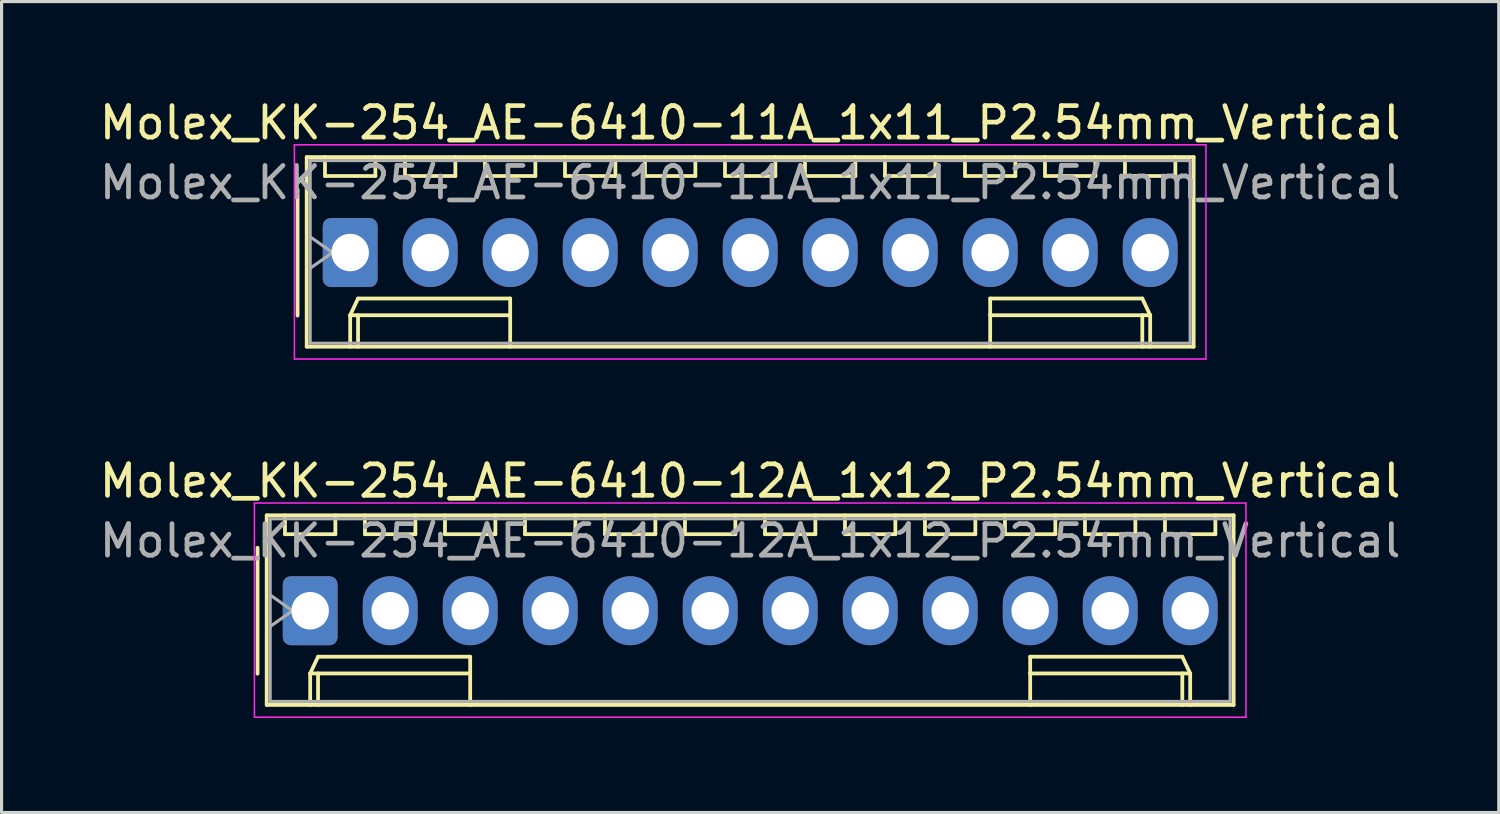
<source format=kicad_pcb>
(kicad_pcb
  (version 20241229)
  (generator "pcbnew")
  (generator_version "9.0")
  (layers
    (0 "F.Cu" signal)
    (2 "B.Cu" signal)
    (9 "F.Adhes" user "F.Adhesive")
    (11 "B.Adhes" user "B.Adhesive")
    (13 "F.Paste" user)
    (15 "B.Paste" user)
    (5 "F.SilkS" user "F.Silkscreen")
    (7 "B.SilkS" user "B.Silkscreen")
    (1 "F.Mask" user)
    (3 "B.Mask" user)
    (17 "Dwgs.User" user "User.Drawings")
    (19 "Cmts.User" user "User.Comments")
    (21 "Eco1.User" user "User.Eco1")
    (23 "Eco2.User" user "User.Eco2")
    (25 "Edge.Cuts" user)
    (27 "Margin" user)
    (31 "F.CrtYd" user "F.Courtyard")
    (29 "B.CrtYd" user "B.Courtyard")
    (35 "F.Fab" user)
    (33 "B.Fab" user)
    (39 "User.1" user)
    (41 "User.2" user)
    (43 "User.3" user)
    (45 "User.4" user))
  (footprint "Molex_KK-254_AE-6410-11A_1x11_P2.54mm_Vertical"
    (layer "F.Cu")
    (at 8.068 4.968)
    (property "Reference" "Molex_KK-254_AE-6410-11A_1x11_P2.54mm_Vertical" (at 12.7 -4.12 0) (layer "F.SilkS") (effects (font (size 1 1) (thickness 0.15))))
    (attr through_hole)
    (fp_line (start -1.67 -2) (end -1.67 2) (stroke (width 0.12) (type solid)) (layer "F.SilkS"))
    (fp_line (start -1.38 -3.03) (end -1.38 2.99) (stroke (width 0.12) (type solid)) (layer "F.SilkS"))
    (fp_line (start -1.38 2.99) (end 26.78 2.99) (stroke (width 0.12) (type solid)) (layer "F.SilkS"))
    (fp_line (start -0.8 -3.03) (end -0.8 -2.43) (stroke (width 0.12) (type solid)) (layer "F.SilkS"))
    (fp_line (start -0.8 -2.43) (end 0.8 -2.43) (stroke (width 0.12) (type solid)) (layer "F.SilkS"))
    (fp_line (start 0 1.99) (end 0.25 1.46) (stroke (width 0.12) (type solid)) (layer "F.SilkS"))
    (fp_line (start 0 1.99) (end 5.08 1.99) (stroke (width 0.12) (type solid)) (layer "F.SilkS"))
    (fp_line (start 0 2.99) (end 0 1.99) (stroke (width 0.12) (type solid)) (layer "F.SilkS"))
    (fp_line (start 0.25 1.46) (end 5.08 1.46) (stroke (width 0.12) (type solid)) (layer "F.SilkS"))
    (fp_line (start 0.25 2.99) (end 0.25 1.99) (stroke (width 0.12) (type solid)) (layer "F.SilkS"))
    (fp_line (start 0.8 -2.43) (end 0.8 -3.03) (stroke (width 0.12) (type solid)) (layer "F.SilkS"))
    (fp_line (start 1.74 -3.03) (end 1.74 -2.43) (stroke (width 0.12) (type solid)) (layer "F.SilkS"))
    (fp_line (start 1.74 -2.43) (end 3.34 -2.43) (stroke (width 0.12) (type solid)) (layer "F.SilkS"))
    (fp_line (start 3.34 -2.43) (end 3.34 -3.03) (stroke (width 0.12) (type solid)) (layer "F.SilkS"))
    (fp_line (start 4.28 -3.03) (end 4.28 -2.43) (stroke (width 0.12) (type solid)) (layer "F.SilkS"))
    (fp_line (start 4.28 -2.43) (end 5.88 -2.43) (stroke (width 0.12) (type solid)) (layer "F.SilkS"))
    (fp_line (start 5.08 1.46) (end 5.08 1.99) (stroke (width 0.12) (type solid)) (layer "F.SilkS"))
    (fp_line (start 5.08 1.99) (end 5.08 2.99) (stroke (width 0.12) (type solid)) (layer "F.SilkS"))
    (fp_line (start 5.88 -2.43) (end 5.88 -3.03) (stroke (width 0.12) (type solid)) (layer "F.SilkS"))
    (fp_line (start 6.82 -3.03) (end 6.82 -2.43) (stroke (width 0.12) (type solid)) (layer "F.SilkS"))
    (fp_line (start 6.82 -2.43) (end 8.42 -2.43) (stroke (width 0.12) (type solid)) (layer "F.SilkS"))
    (fp_line (start 8.42 -2.43) (end 8.42 -3.03) (stroke (width 0.12) (type solid)) (layer "F.SilkS"))
    (fp_line (start 9.36 -3.03) (end 9.36 -2.43) (stroke (width 0.12) (type solid)) (layer "F.SilkS"))
    (fp_line (start 9.36 -2.43) (end 10.96 -2.43) (stroke (width 0.12) (type solid)) (layer "F.SilkS"))
    (fp_line (start 10.96 -2.43) (end 10.96 -3.03) (stroke (width 0.12) (type solid)) (layer "F.SilkS"))
    (fp_line (start 11.9 -3.03) (end 11.9 -2.43) (stroke (width 0.12) (type solid)) (layer "F.SilkS"))
    (fp_line (start 11.9 -2.43) (end 13.5 -2.43) (stroke (width 0.12) (type solid)) (layer "F.SilkS"))
    (fp_line (start 13.5 -2.43) (end 13.5 -3.03) (stroke (width 0.12) (type solid)) (layer "F.SilkS"))
    (fp_line (start 14.44 -3.03) (end 14.44 -2.43) (stroke (width 0.12) (type solid)) (layer "F.SilkS"))
    (fp_line (start 14.44 -2.43) (end 16.04 -2.43) (stroke (width 0.12) (type solid)) (layer "F.SilkS"))
    (fp_line (start 16.04 -2.43) (end 16.04 -3.03) (stroke (width 0.12) (type solid)) (layer "F.SilkS"))
    (fp_line (start 16.98 -3.03) (end 16.98 -2.43) (stroke (width 0.12) (type solid)) (layer "F.SilkS"))
    (fp_line (start 16.98 -2.43) (end 18.58 -2.43) (stroke (width 0.12) (type solid)) (layer "F.SilkS"))
    (fp_line (start 18.58 -2.43) (end 18.58 -3.03) (stroke (width 0.12) (type solid)) (layer "F.SilkS"))
    (fp_line (start 19.52 -3.03) (end 19.52 -2.43) (stroke (width 0.12) (type solid)) (layer "F.SilkS"))
    (fp_line (start 19.52 -2.43) (end 21.12 -2.43) (stroke (width 0.12) (type solid)) (layer "F.SilkS"))
    (fp_line (start 20.32 1.46) (end 20.32 1.99) (stroke (width 0.12) (type solid)) (layer "F.SilkS"))
    (fp_line (start 20.32 1.99) (end 20.32 2.99) (stroke (width 0.12) (type solid)) (layer "F.SilkS"))
    (fp_line (start 21.12 -2.43) (end 21.12 -3.03) (stroke (width 0.12) (type solid)) (layer "F.SilkS"))
    (fp_line (start 22.06 -3.03) (end 22.06 -2.43) (stroke (width 0.12) (type solid)) (layer "F.SilkS"))
    (fp_line (start 22.06 -2.43) (end 23.66 -2.43) (stroke (width 0.12) (type solid)) (layer "F.SilkS"))
    (fp_line (start 23.66 -2.43) (end 23.66 -3.03) (stroke (width 0.12) (type solid)) (layer "F.SilkS"))
    (fp_line (start 24.6 -3.03) (end 24.6 -2.43) (stroke (width 0.12) (type solid)) (layer "F.SilkS"))
    (fp_line (start 24.6 -2.43) (end 26.2 -2.43) (stroke (width 0.12) (type solid)) (layer "F.SilkS"))
    (fp_line (start 25.15 1.46) (end 20.32 1.46) (stroke (width 0.12) (type solid)) (layer "F.SilkS"))
    (fp_line (start 25.15 2.99) (end 25.15 1.99) (stroke (width 0.12) (type solid)) (layer "F.SilkS"))
    (fp_line (start 25.4 1.99) (end 20.32 1.99) (stroke (width 0.12) (type solid)) (layer "F.SilkS"))
    (fp_line (start 25.4 1.99) (end 25.15 1.46) (stroke (width 0.12) (type solid)) (layer "F.SilkS"))
    (fp_line (start 25.4 2.99) (end 25.4 1.99) (stroke (width 0.12) (type solid)) (layer "F.SilkS"))
    (fp_line (start 26.2 -2.43) (end 26.2 -3.03) (stroke (width 0.12) (type solid)) (layer "F.SilkS"))
    (fp_line (start 26.78 -3.03) (end -1.38 -3.03) (stroke (width 0.12) (type solid)) (layer "F.SilkS"))
    (fp_line (start 26.78 2.99) (end 26.78 -3.03) (stroke (width 0.12) (type solid)) (layer "F.SilkS"))
    (fp_line (start -1.77 -3.42) (end -1.77 3.38) (stroke (width 0.05) (type solid)) (layer "F.CrtYd"))
    (fp_line (start -1.77 3.38) (end 27.17 3.38) (stroke (width 0.05) (type solid)) (layer "F.CrtYd"))
    (fp_line (start 27.17 -3.42) (end -1.77 -3.42) (stroke (width 0.05) (type solid)) (layer "F.CrtYd"))
    (fp_line (start 27.17 3.38) (end 27.17 -3.42) (stroke (width 0.05) (type solid)) (layer "F.CrtYd"))
    (fp_line (start -1.27 -2.92) (end -1.27 2.88) (stroke (width 0.1) (type solid)) (layer "F.Fab"))
    (fp_line (start -1.27 -0.5) (end -0.563 0) (stroke (width 0.1) (type solid)) (layer "F.Fab"))
    (fp_line (start -1.27 2.88) (end 26.67 2.88) (stroke (width 0.1) (type solid)) (layer "F.Fab"))
    (fp_line (start -0.563 0) (end -1.27 0.5) (stroke (width 0.1) (type solid)) (layer "F.Fab"))
    (fp_line (start 26.67 -2.92) (end -1.27 -2.92) (stroke (width 0.1) (type solid)) (layer "F.Fab"))
    (fp_line (start 26.67 2.88) (end 26.67 -2.92) (stroke (width 0.1) (type solid)) (layer "F.Fab"))
    (fp_text user "${REFERENCE}" (at 12.7 -2.22 0) (layer "F.Fab") (effects (font (size 1 1) (thickness 0.15))))
    (pad "1" thru_hole roundrect (at 0 0) (size 1.74 2.19) (drill 1.19) (layers "*.Cu" "*.Mask") (roundrect_rratio 0.144))
    (pad "2" thru_hole oval (at 2.54 0) (size 1.74 2.19) (drill 1.19) (layers "*.Cu" "*.Mask"))
    (pad "3" thru_hole oval (at 5.08 0) (size 1.74 2.19) (drill 1.19) (layers "*.Cu" "*.Mask"))
    (pad "4" thru_hole oval (at 7.62 0) (size 1.74 2.19) (drill 1.19) (layers "*.Cu" "*.Mask"))
    (pad "5" thru_hole oval (at 10.16 0) (size 1.74 2.19) (drill 1.19) (layers "*.Cu" "*.Mask"))
    (pad "6" thru_hole oval (at 12.7 0) (size 1.74 2.19) (drill 1.19) (layers "*.Cu" "*.Mask"))
    (pad "7" thru_hole oval (at 15.24 0) (size 1.74 2.19) (drill 1.19) (layers "*.Cu" "*.Mask"))
    (pad "8" thru_hole oval (at 17.78 0) (size 1.74 2.19) (drill 1.19) (layers "*.Cu" "*.Mask"))
    (pad "9" thru_hole oval (at 20.32 0) (size 1.74 2.19) (drill 1.19) (layers "*.Cu" "*.Mask"))
    (pad "10" thru_hole oval (at 22.86 0) (size 1.74 2.19) (drill 1.19) (layers "*.Cu" "*.Mask"))
    (pad "11" thru_hole oval (at 25.4 0) (size 1.74 2.19) (drill 1.19) (layers "*.Cu" "*.Mask")))
  (footprint "Molex_KK-254_AE-6410-12A_1x12_P2.54mm_Vertical"
    (layer "F.Cu")
    (at 6.798 16.341)
    (property "Reference" "Molex_KK-254_AE-6410-12A_1x12_P2.54mm_Vertical" (at 13.97 -4.12 0) (layer "F.SilkS") (effects (font (size 1 1) (thickness 0.15))))
    (attr through_hole)
    (fp_line (start -1.67 -2) (end -1.67 2) (stroke (width 0.12) (type solid)) (layer "F.SilkS"))
    (fp_line (start -1.38 -3.03) (end -1.38 2.99) (stroke (width 0.12) (type solid)) (layer "F.SilkS"))
    (fp_line (start -1.38 2.99) (end 29.32 2.99) (stroke (width 0.12) (type solid)) (layer "F.SilkS"))
    (fp_line (start -0.8 -3.03) (end -0.8 -2.43) (stroke (width 0.12) (type solid)) (layer "F.SilkS"))
    (fp_line (start -0.8 -2.43) (end 0.8 -2.43) (stroke (width 0.12) (type solid)) (layer "F.SilkS"))
    (fp_line (start 0 1.99) (end 0.25 1.46) (stroke (width 0.12) (type solid)) (layer "F.SilkS"))
    (fp_line (start 0 1.99) (end 5.08 1.99) (stroke (width 0.12) (type solid)) (layer "F.SilkS"))
    (fp_line (start 0 2.99) (end 0 1.99) (stroke (width 0.12) (type solid)) (layer "F.SilkS"))
    (fp_line (start 0.25 1.46) (end 5.08 1.46) (stroke (width 0.12) (type solid)) (layer "F.SilkS"))
    (fp_line (start 0.25 2.99) (end 0.25 1.99) (stroke (width 0.12) (type solid)) (layer "F.SilkS"))
    (fp_line (start 0.8 -2.43) (end 0.8 -3.03) (stroke (width 0.12) (type solid)) (layer "F.SilkS"))
    (fp_line (start 1.74 -3.03) (end 1.74 -2.43) (stroke (width 0.12) (type solid)) (layer "F.SilkS"))
    (fp_line (start 1.74 -2.43) (end 3.34 -2.43) (stroke (width 0.12) (type solid)) (layer "F.SilkS"))
    (fp_line (start 3.34 -2.43) (end 3.34 -3.03) (stroke (width 0.12) (type solid)) (layer "F.SilkS"))
    (fp_line (start 4.28 -3.03) (end 4.28 -2.43) (stroke (width 0.12) (type solid)) (layer "F.SilkS"))
    (fp_line (start 4.28 -2.43) (end 5.88 -2.43) (stroke (width 0.12) (type solid)) (layer "F.SilkS"))
    (fp_line (start 5.08 1.46) (end 5.08 1.99) (stroke (width 0.12) (type solid)) (layer "F.SilkS"))
    (fp_line (start 5.08 1.99) (end 5.08 2.99) (stroke (width 0.12) (type solid)) (layer "F.SilkS"))
    (fp_line (start 5.88 -2.43) (end 5.88 -3.03) (stroke (width 0.12) (type solid)) (layer "F.SilkS"))
    (fp_line (start 6.82 -3.03) (end 6.82 -2.43) (stroke (width 0.12) (type solid)) (layer "F.SilkS"))
    (fp_line (start 6.82 -2.43) (end 8.42 -2.43) (stroke (width 0.12) (type solid)) (layer "F.SilkS"))
    (fp_line (start 8.42 -2.43) (end 8.42 -3.03) (stroke (width 0.12) (type solid)) (layer "F.SilkS"))
    (fp_line (start 9.36 -3.03) (end 9.36 -2.43) (stroke (width 0.12) (type solid)) (layer "F.SilkS"))
    (fp_line (start 9.36 -2.43) (end 10.96 -2.43) (stroke (width 0.12) (type solid)) (layer "F.SilkS"))
    (fp_line (start 10.96 -2.43) (end 10.96 -3.03) (stroke (width 0.12) (type solid)) (layer "F.SilkS"))
    (fp_line (start 11.9 -3.03) (end 11.9 -2.43) (stroke (width 0.12) (type solid)) (layer "F.SilkS"))
    (fp_line (start 11.9 -2.43) (end 13.5 -2.43) (stroke (width 0.12) (type solid)) (layer "F.SilkS"))
    (fp_line (start 13.5 -2.43) (end 13.5 -3.03) (stroke (width 0.12) (type solid)) (layer "F.SilkS"))
    (fp_line (start 14.44 -3.03) (end 14.44 -2.43) (stroke (width 0.12) (type solid)) (layer "F.SilkS"))
    (fp_line (start 14.44 -2.43) (end 16.04 -2.43) (stroke (width 0.12) (type solid)) (layer "F.SilkS"))
    (fp_line (start 16.04 -2.43) (end 16.04 -3.03) (stroke (width 0.12) (type solid)) (layer "F.SilkS"))
    (fp_line (start 16.98 -3.03) (end 16.98 -2.43) (stroke (width 0.12) (type solid)) (layer "F.SilkS"))
    (fp_line (start 16.98 -2.43) (end 18.58 -2.43) (stroke (width 0.12) (type solid)) (layer "F.SilkS"))
    (fp_line (start 18.58 -2.43) (end 18.58 -3.03) (stroke (width 0.12) (type solid)) (layer "F.SilkS"))
    (fp_line (start 19.52 -3.03) (end 19.52 -2.43) (stroke (width 0.12) (type solid)) (layer "F.SilkS"))
    (fp_line (start 19.52 -2.43) (end 21.12 -2.43) (stroke (width 0.12) (type solid)) (layer "F.SilkS"))
    (fp_line (start 21.12 -2.43) (end 21.12 -3.03) (stroke (width 0.12) (type solid)) (layer "F.SilkS"))
    (fp_line (start 22.06 -3.03) (end 22.06 -2.43) (stroke (width 0.12) (type solid)) (layer "F.SilkS"))
    (fp_line (start 22.06 -2.43) (end 23.66 -2.43) (stroke (width 0.12) (type solid)) (layer "F.SilkS"))
    (fp_line (start 22.86 1.46) (end 22.86 1.99) (stroke (width 0.12) (type solid)) (layer "F.SilkS"))
    (fp_line (start 22.86 1.99) (end 22.86 2.99) (stroke (width 0.12) (type solid)) (layer "F.SilkS"))
    (fp_line (start 23.66 -2.43) (end 23.66 -3.03) (stroke (width 0.12) (type solid)) (layer "F.SilkS"))
    (fp_line (start 24.6 -3.03) (end 24.6 -2.43) (stroke (width 0.12) (type solid)) (layer "F.SilkS"))
    (fp_line (start 24.6 -2.43) (end 26.2 -2.43) (stroke (width 0.12) (type solid)) (layer "F.SilkS"))
    (fp_line (start 26.2 -2.43) (end 26.2 -3.03) (stroke (width 0.12) (type solid)) (layer "F.SilkS"))
    (fp_line (start 27.14 -3.03) (end 27.14 -2.43) (stroke (width 0.12) (type solid)) (layer "F.SilkS"))
    (fp_line (start 27.14 -2.43) (end 28.74 -2.43) (stroke (width 0.12) (type solid)) (layer "F.SilkS"))
    (fp_line (start 27.69 1.46) (end 22.86 1.46) (stroke (width 0.12) (type solid)) (layer "F.SilkS"))
    (fp_line (start 27.69 2.99) (end 27.69 1.99) (stroke (width 0.12) (type solid)) (layer "F.SilkS"))
    (fp_line (start 27.94 1.99) (end 22.86 1.99) (stroke (width 0.12) (type solid)) (layer "F.SilkS"))
    (fp_line (start 27.94 1.99) (end 27.69 1.46) (stroke (width 0.12) (type solid)) (layer "F.SilkS"))
    (fp_line (start 27.94 2.99) (end 27.94 1.99) (stroke (width 0.12) (type solid)) (layer "F.SilkS"))
    (fp_line (start 28.74 -2.43) (end 28.74 -3.03) (stroke (width 0.12) (type solid)) (layer "F.SilkS"))
    (fp_line (start 29.32 -3.03) (end -1.38 -3.03) (stroke (width 0.12) (type solid)) (layer "F.SilkS"))
    (fp_line (start 29.32 2.99) (end 29.32 -3.03) (stroke (width 0.12) (type solid)) (layer "F.SilkS"))
    (fp_line (start -1.77 -3.42) (end -1.77 3.38) (stroke (width 0.05) (type solid)) (layer "F.CrtYd"))
    (fp_line (start -1.77 3.38) (end 29.71 3.38) (stroke (width 0.05) (type solid)) (layer "F.CrtYd"))
    (fp_line (start 29.71 -3.42) (end -1.77 -3.42) (stroke (width 0.05) (type solid)) (layer "F.CrtYd"))
    (fp_line (start 29.71 3.38) (end 29.71 -3.42) (stroke (width 0.05) (type solid)) (layer "F.CrtYd"))
    (fp_line (start -1.27 -2.92) (end -1.27 2.88) (stroke (width 0.1) (type solid)) (layer "F.Fab"))
    (fp_line (start -1.27 -0.5) (end -0.563 0) (stroke (width 0.1) (type solid)) (layer "F.Fab"))
    (fp_line (start -1.27 2.88) (end 29.21 2.88) (stroke (width 0.1) (type solid)) (layer "F.Fab"))
    (fp_line (start -0.563 0) (end -1.27 0.5) (stroke (width 0.1) (type solid)) (layer "F.Fab"))
    (fp_line (start 29.21 -2.92) (end -1.27 -2.92) (stroke (width 0.1) (type solid)) (layer "F.Fab"))
    (fp_line (start 29.21 2.88) (end 29.21 -2.92) (stroke (width 0.1) (type solid)) (layer "F.Fab"))
    (fp_text user "${REFERENCE}" (at 13.97 -2.22 0) (layer "F.Fab") (effects (font (size 1 1) (thickness 0.15))))
    (pad "1" thru_hole roundrect (at 0 0) (size 1.74 2.19) (drill 1.19) (layers "*.Cu" "*.Mask") (roundrect_rratio 0.144))
    (pad "2" thru_hole oval (at 2.54 0) (size 1.74 2.19) (drill 1.19) (layers "*.Cu" "*.Mask"))
    (pad "3" thru_hole oval (at 5.08 0) (size 1.74 2.19) (drill 1.19) (layers "*.Cu" "*.Mask"))
    (pad "4" thru_hole oval (at 7.62 0) (size 1.74 2.19) (drill 1.19) (layers "*.Cu" "*.Mask"))
    (pad "5" thru_hole oval (at 10.16 0) (size 1.74 2.19) (drill 1.19) (layers "*.Cu" "*.Mask"))
    (pad "6" thru_hole oval (at 12.7 0) (size 1.74 2.19) (drill 1.19) (layers "*.Cu" "*.Mask"))
    (pad "7" thru_hole oval (at 15.24 0) (size 1.74 2.19) (drill 1.19) (layers "*.Cu" "*.Mask"))
    (pad "8" thru_hole oval (at 17.78 0) (size 1.74 2.19) (drill 1.19) (layers "*.Cu" "*.Mask"))
    (pad "9" thru_hole oval (at 20.32 0) (size 1.74 2.19) (drill 1.19) (layers "*.Cu" "*.Mask"))
    (pad "10" thru_hole oval (at 22.86 0) (size 1.74 2.19) (drill 1.19) (layers "*.Cu" "*.Mask"))
    (pad "11" thru_hole oval (at 25.4 0) (size 1.74 2.19) (drill 1.19) (layers "*.Cu" "*.Mask"))
    (pad "12" thru_hole oval (at 27.94 0) (size 1.74 2.19) (drill 1.19) (layers "*.Cu" "*.Mask")))
  (gr_rect
    (start -3 -3)
    (end 44.536 22.747)
    (stroke (width 0.1) (type default))
    (fill no)
    (layer "Edge.Cuts")))
</source>
